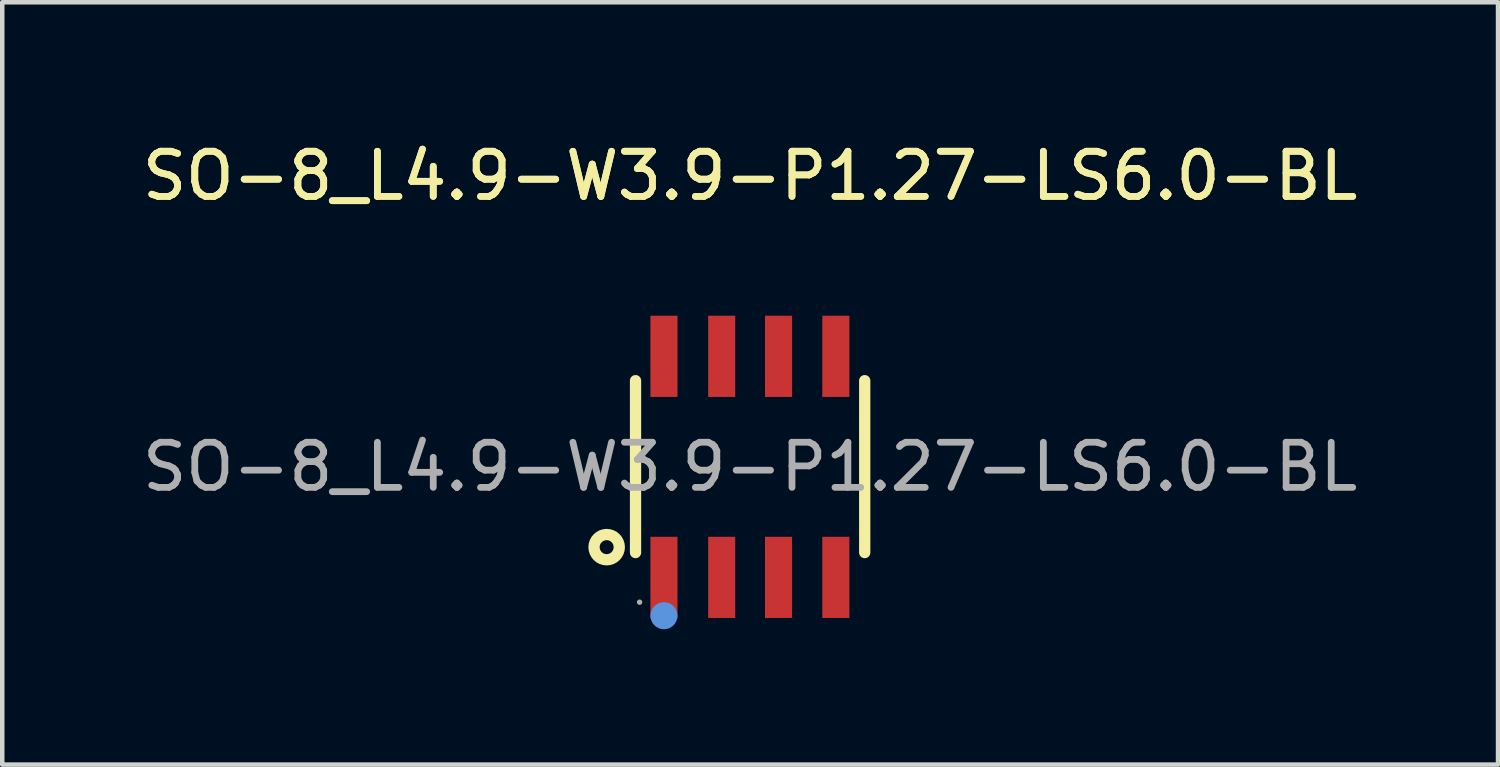
<source format=kicad_pcb>
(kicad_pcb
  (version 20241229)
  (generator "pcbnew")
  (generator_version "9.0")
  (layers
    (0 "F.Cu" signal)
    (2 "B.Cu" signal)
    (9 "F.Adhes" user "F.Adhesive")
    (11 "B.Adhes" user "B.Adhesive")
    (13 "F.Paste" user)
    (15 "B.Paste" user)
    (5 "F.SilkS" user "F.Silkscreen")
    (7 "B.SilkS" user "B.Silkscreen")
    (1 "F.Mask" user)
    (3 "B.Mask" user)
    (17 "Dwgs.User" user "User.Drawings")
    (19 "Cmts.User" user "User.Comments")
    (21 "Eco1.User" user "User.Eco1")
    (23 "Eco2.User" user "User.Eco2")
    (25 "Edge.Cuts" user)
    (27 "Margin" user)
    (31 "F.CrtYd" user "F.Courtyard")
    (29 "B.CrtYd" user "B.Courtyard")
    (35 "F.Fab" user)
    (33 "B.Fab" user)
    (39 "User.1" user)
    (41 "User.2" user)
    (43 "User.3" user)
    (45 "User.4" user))
  (footprint "SO-8_L4.9-W3.9-P1.27-LS6.0-BL"
    (layer "F.Cu")
    (at 13.577 7.298)
    (property "Reference" "SO-8_L4.9-W3.9-P1.27-LS6.0-BL" (at 0 -6.45 0) (layer "F.SilkS") (effects (font (size 1 1) (thickness 0.15))))
    (attr smd)
    (fp_line (start -2.54 -1.91) (end -2.54 1.9) (stroke (width 0.25) (type solid)) (layer "F.SilkS"))
    (fp_line (start 2.54 -1.91) (end 2.54 1.9) (stroke (width 0.25) (type solid)) (layer "F.SilkS"))
    (fp_circle (center -3.18 1.78) (end -2.9 1.78) (stroke (width 0.25) (type solid)) (fill no) (layer "F.SilkS"))
    (fp_circle (center -1.91 3.3) (end -1.76 3.3) (stroke (width 0.3) (type solid)) (fill no) (layer "Cmts.User"))
    (fp_circle (center -2.45 3) (end -2.42 3) (stroke (width 0.06) (type solid)) (fill no) (layer "F.Fab"))
    (fp_text user "${REFERENCE}" (at 0 -6.45 0) (layer "F.SilkS") (effects (font (size 1 1) (thickness 0.15))))
    (fp_text user "${REFERENCE}" (at 0 0 0) (layer "F.Fab") (effects (font (size 1 1) (thickness 0.15))))
    (pad "1" smd rect (at -1.91 2.45) (size 0.6 1.8) (layers "F.Cu" "F.Mask" "F.Paste"))
    (pad "2" smd rect (at -0.63 2.45) (size 0.6 1.8) (layers "F.Cu" "F.Mask" "F.Paste"))
    (pad "3" smd rect (at 0.63 2.45) (size 0.6 1.8) (layers "F.Cu" "F.Mask" "F.Paste"))
    (pad "4" smd rect (at 1.9 2.45) (size 0.6 1.8) (layers "F.Cu" "F.Mask" "F.Paste"))
    (pad "5" smd rect (at 1.9 -2.45 180) (size 0.6 1.8) (layers "F.Cu" "F.Mask" "F.Paste"))
    (pad "6" smd rect (at 0.63 -2.45 180) (size 0.6 1.8) (layers "F.Cu" "F.Mask" "F.Paste"))
    (pad "7" smd rect (at -0.63 -2.45 180) (size 0.6 1.8) (layers "F.Cu" "F.Mask" "F.Paste"))
    (pad "8" smd rect (at -1.91 -2.45 180) (size 0.6 1.8) (layers "F.Cu" "F.Mask" "F.Paste")))
  (gr_rect
    (start -3 -3)
    (end 30.155 13.898)
    (stroke (width 0.1) (type default))
    (fill no)
    (layer "Edge.Cuts")))
</source>
